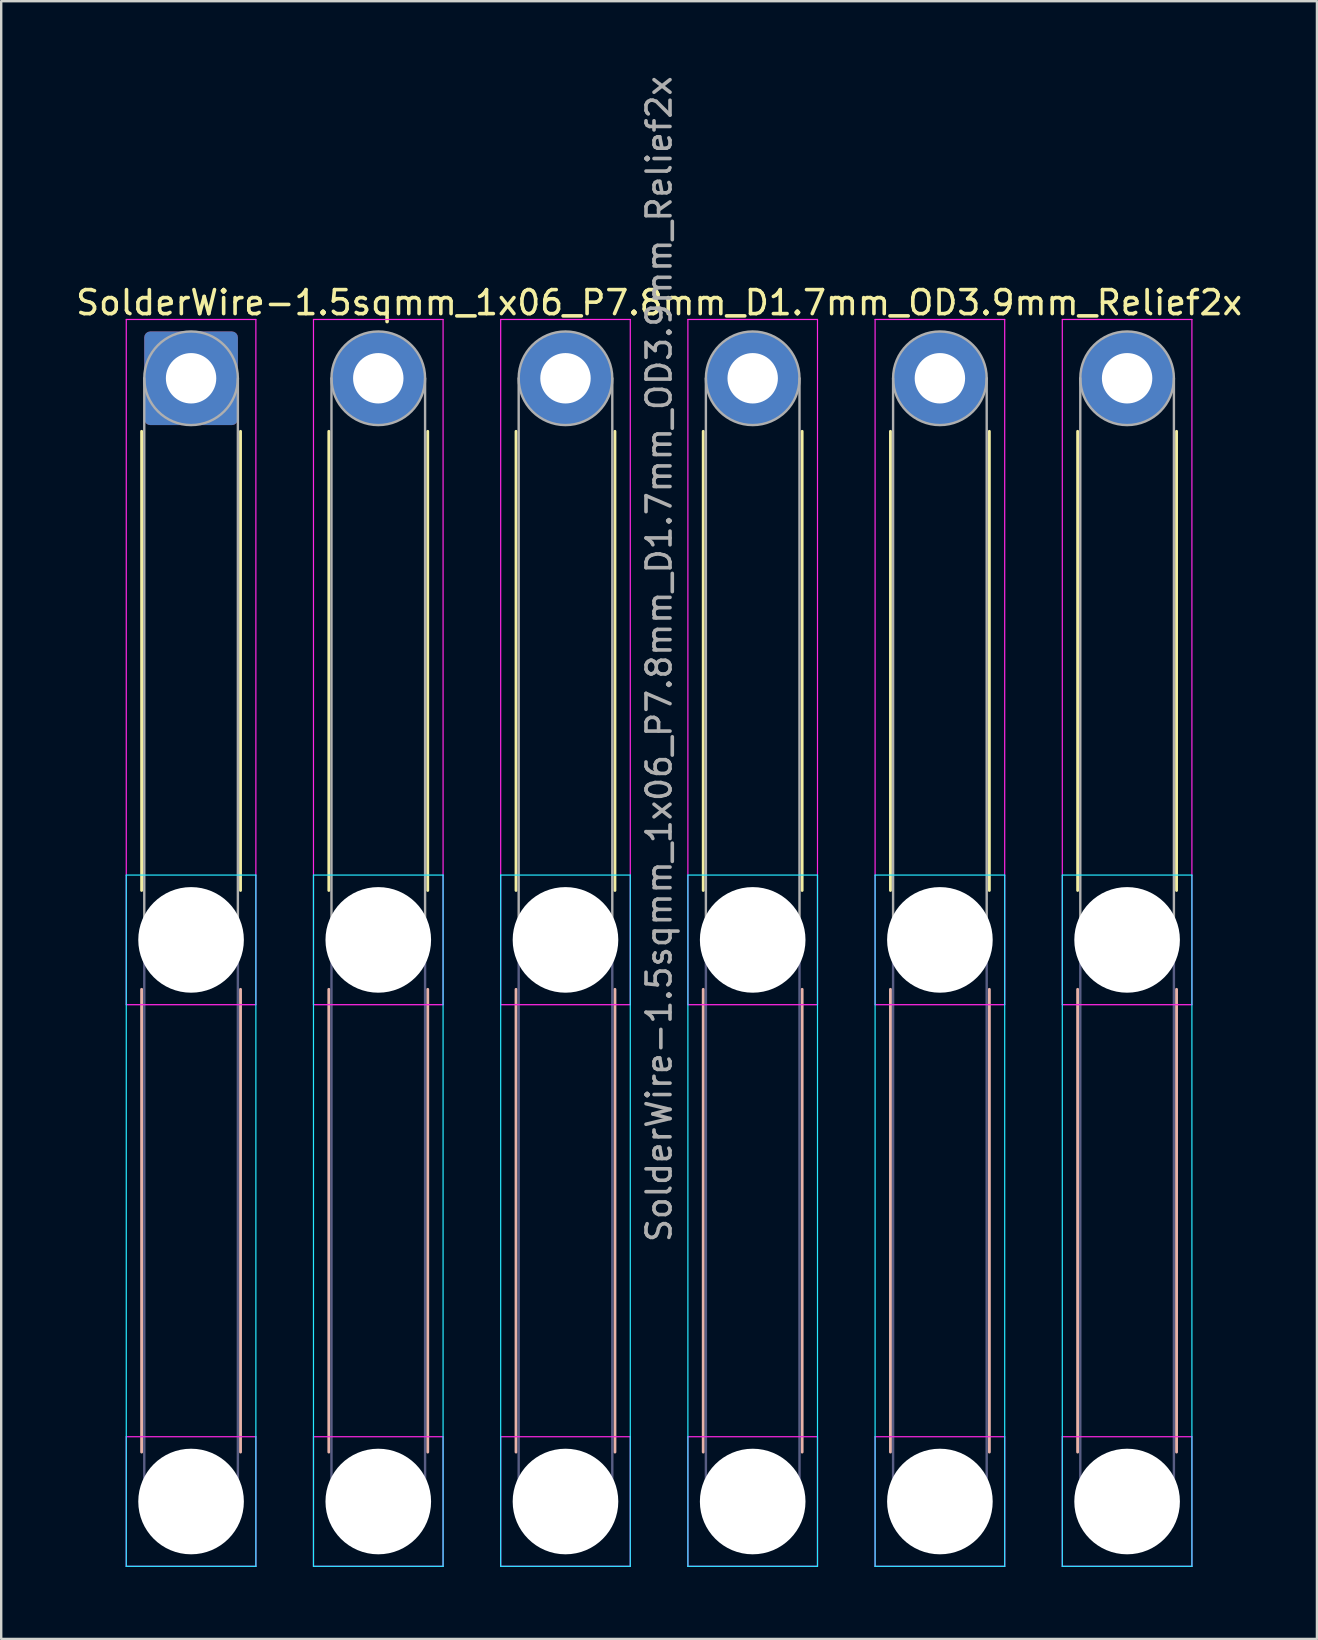
<source format=kicad_pcb>
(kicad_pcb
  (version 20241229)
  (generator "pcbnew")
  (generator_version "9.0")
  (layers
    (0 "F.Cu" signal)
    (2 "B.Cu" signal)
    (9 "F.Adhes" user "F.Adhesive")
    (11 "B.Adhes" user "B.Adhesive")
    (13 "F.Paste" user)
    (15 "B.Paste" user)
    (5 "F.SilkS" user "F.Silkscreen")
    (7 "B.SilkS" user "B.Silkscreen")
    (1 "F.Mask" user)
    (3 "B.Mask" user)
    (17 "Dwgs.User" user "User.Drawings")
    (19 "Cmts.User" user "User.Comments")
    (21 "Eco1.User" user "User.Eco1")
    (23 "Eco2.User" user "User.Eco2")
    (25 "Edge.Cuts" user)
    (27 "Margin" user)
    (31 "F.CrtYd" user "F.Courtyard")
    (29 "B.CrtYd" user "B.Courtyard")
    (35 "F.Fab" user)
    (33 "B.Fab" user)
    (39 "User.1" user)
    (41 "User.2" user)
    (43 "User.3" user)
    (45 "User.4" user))
  (footprint "SolderWire-1.5sqmm_1x06_P7.8mm_D1.7mm_OD3.9mm_Relief2x"
    (layer "F.Cu")
    (at 4.911 12.711)
    (property "Reference" "SolderWire-1.5sqmm_1x06_P7.8mm_D1.7mm_OD3.9mm_Relief2x" (at 19.5 -3.15 0) (layer "F.SilkS") (effects (font (size 1 1) (thickness 0.15))))
    (attr exclude_from_pos_files exclude_from_bom)
    (fp_line (start -2.06 2.21) (end -2.06 21.34) (stroke (width 0.12) (type solid)) (layer "F.SilkS"))
    (fp_line (start 2.06 2.21) (end 2.06 21.34) (stroke (width 0.12) (type solid)) (layer "F.SilkS"))
    (fp_line (start 5.74 2.21) (end 5.74 21.34) (stroke (width 0.12) (type solid)) (layer "F.SilkS"))
    (fp_line (start 9.86 2.21) (end 9.86 21.34) (stroke (width 0.12) (type solid)) (layer "F.SilkS"))
    (fp_line (start 13.54 2.21) (end 13.54 21.34) (stroke (width 0.12) (type solid)) (layer "F.SilkS"))
    (fp_line (start 17.66 2.21) (end 17.66 21.34) (stroke (width 0.12) (type solid)) (layer "F.SilkS"))
    (fp_line (start 21.34 2.21) (end 21.34 21.34) (stroke (width 0.12) (type solid)) (layer "F.SilkS"))
    (fp_line (start 25.46 2.21) (end 25.46 21.34) (stroke (width 0.12) (type solid)) (layer "F.SilkS"))
    (fp_line (start 29.14 2.21) (end 29.14 21.34) (stroke (width 0.12) (type solid)) (layer "F.SilkS"))
    (fp_line (start 33.26 2.21) (end 33.26 21.34) (stroke (width 0.12) (type solid)) (layer "F.SilkS"))
    (fp_line (start 36.94 2.21) (end 36.94 21.34) (stroke (width 0.12) (type solid)) (layer "F.SilkS"))
    (fp_line (start 41.06 2.21) (end 41.06 21.34) (stroke (width 0.12) (type solid)) (layer "F.SilkS"))
    (fp_line (start -2.06 25.46) (end -2.06 44.74) (stroke (width 0.12) (type solid)) (layer "B.SilkS"))
    (fp_line (start 2.06 25.46) (end 2.06 44.74) (stroke (width 0.12) (type solid)) (layer "B.SilkS"))
    (fp_line (start 5.74 25.46) (end 5.74 44.74) (stroke (width 0.12) (type solid)) (layer "B.SilkS"))
    (fp_line (start 9.86 25.46) (end 9.86 44.74) (stroke (width 0.12) (type solid)) (layer "B.SilkS"))
    (fp_line (start 13.54 25.46) (end 13.54 44.74) (stroke (width 0.12) (type solid)) (layer "B.SilkS"))
    (fp_line (start 17.66 25.46) (end 17.66 44.74) (stroke (width 0.12) (type solid)) (layer "B.SilkS"))
    (fp_line (start 21.34 25.46) (end 21.34 44.74) (stroke (width 0.12) (type solid)) (layer "B.SilkS"))
    (fp_line (start 25.46 25.46) (end 25.46 44.74) (stroke (width 0.12) (type solid)) (layer "B.SilkS"))
    (fp_line (start 29.14 25.46) (end 29.14 44.74) (stroke (width 0.12) (type solid)) (layer "B.SilkS"))
    (fp_line (start 33.26 25.46) (end 33.26 44.74) (stroke (width 0.12) (type solid)) (layer "B.SilkS"))
    (fp_line (start 36.94 25.46) (end 36.94 44.74) (stroke (width 0.12) (type solid)) (layer "B.SilkS"))
    (fp_line (start 41.06 25.46) (end 41.06 44.74) (stroke (width 0.12) (type solid)) (layer "B.SilkS"))
    (fp_line (start -2.7 20.7) (end -2.7 49.5) (stroke (width 0.05) (type solid)) (layer "B.CrtYd"))
    (fp_line (start -2.7 49.5) (end 2.7 49.5) (stroke (width 0.05) (type solid)) (layer "B.CrtYd"))
    (fp_line (start 2.7 20.7) (end -2.7 20.7) (stroke (width 0.05) (type solid)) (layer "B.CrtYd"))
    (fp_line (start 2.7 49.5) (end 2.7 20.7) (stroke (width 0.05) (type solid)) (layer "B.CrtYd"))
    (fp_line (start 5.1 20.7) (end 5.1 49.5) (stroke (width 0.05) (type solid)) (layer "B.CrtYd"))
    (fp_line (start 5.1 49.5) (end 10.5 49.5) (stroke (width 0.05) (type solid)) (layer "B.CrtYd"))
    (fp_line (start 10.5 20.7) (end 5.1 20.7) (stroke (width 0.05) (type solid)) (layer "B.CrtYd"))
    (fp_line (start 10.5 49.5) (end 10.5 20.7) (stroke (width 0.05) (type solid)) (layer "B.CrtYd"))
    (fp_line (start 12.9 20.7) (end 12.9 49.5) (stroke (width 0.05) (type solid)) (layer "B.CrtYd"))
    (fp_line (start 12.9 49.5) (end 18.3 49.5) (stroke (width 0.05) (type solid)) (layer "B.CrtYd"))
    (fp_line (start 18.3 20.7) (end 12.9 20.7) (stroke (width 0.05) (type solid)) (layer "B.CrtYd"))
    (fp_line (start 18.3 49.5) (end 18.3 20.7) (stroke (width 0.05) (type solid)) (layer "B.CrtYd"))
    (fp_line (start 20.7 20.7) (end 20.7 49.5) (stroke (width 0.05) (type solid)) (layer "B.CrtYd"))
    (fp_line (start 20.7 49.5) (end 26.1 49.5) (stroke (width 0.05) (type solid)) (layer "B.CrtYd"))
    (fp_line (start 26.1 20.7) (end 20.7 20.7) (stroke (width 0.05) (type solid)) (layer "B.CrtYd"))
    (fp_line (start 26.1 49.5) (end 26.1 20.7) (stroke (width 0.05) (type solid)) (layer "B.CrtYd"))
    (fp_line (start 28.5 20.7) (end 28.5 49.5) (stroke (width 0.05) (type solid)) (layer "B.CrtYd"))
    (fp_line (start 28.5 49.5) (end 33.9 49.5) (stroke (width 0.05) (type solid)) (layer "B.CrtYd"))
    (fp_line (start 33.9 20.7) (end 28.5 20.7) (stroke (width 0.05) (type solid)) (layer "B.CrtYd"))
    (fp_line (start 33.9 49.5) (end 33.9 20.7) (stroke (width 0.05) (type solid)) (layer "B.CrtYd"))
    (fp_line (start 36.3 20.7) (end 36.3 49.5) (stroke (width 0.05) (type solid)) (layer "B.CrtYd"))
    (fp_line (start 36.3 49.5) (end 41.7 49.5) (stroke (width 0.05) (type solid)) (layer "B.CrtYd"))
    (fp_line (start 41.7 20.7) (end 36.3 20.7) (stroke (width 0.05) (type solid)) (layer "B.CrtYd"))
    (fp_line (start 41.7 49.5) (end 41.7 20.7) (stroke (width 0.05) (type solid)) (layer "B.CrtYd"))
    (fp_line (start -2.7 -2.45) (end -2.7 26.1) (stroke (width 0.05) (type solid)) (layer "F.CrtYd"))
    (fp_line (start -2.7 26.1) (end 2.7 26.1) (stroke (width 0.05) (type solid)) (layer "F.CrtYd"))
    (fp_line (start -2.7 44.1) (end -2.7 49.5) (stroke (width 0.05) (type solid)) (layer "F.CrtYd"))
    (fp_line (start -2.7 49.5) (end 2.7 49.5) (stroke (width 0.05) (type solid)) (layer "F.CrtYd"))
    (fp_line (start 2.7 -2.45) (end -2.7 -2.45) (stroke (width 0.05) (type solid)) (layer "F.CrtYd"))
    (fp_line (start 2.7 26.1) (end 2.7 -2.45) (stroke (width 0.05) (type solid)) (layer "F.CrtYd"))
    (fp_line (start 2.7 44.1) (end -2.7 44.1) (stroke (width 0.05) (type solid)) (layer "F.CrtYd"))
    (fp_line (start 2.7 49.5) (end 2.7 44.1) (stroke (width 0.05) (type solid)) (layer "F.CrtYd"))
    (fp_line (start 5.1 -2.45) (end 5.1 26.1) (stroke (width 0.05) (type solid)) (layer "F.CrtYd"))
    (fp_line (start 5.1 26.1) (end 10.5 26.1) (stroke (width 0.05) (type solid)) (layer "F.CrtYd"))
    (fp_line (start 5.1 44.1) (end 5.1 49.5) (stroke (width 0.05) (type solid)) (layer "F.CrtYd"))
    (fp_line (start 5.1 49.5) (end 10.5 49.5) (stroke (width 0.05) (type solid)) (layer "F.CrtYd"))
    (fp_line (start 10.5 -2.45) (end 5.1 -2.45) (stroke (width 0.05) (type solid)) (layer "F.CrtYd"))
    (fp_line (start 10.5 26.1) (end 10.5 -2.45) (stroke (width 0.05) (type solid)) (layer "F.CrtYd"))
    (fp_line (start 10.5 44.1) (end 5.1 44.1) (stroke (width 0.05) (type solid)) (layer "F.CrtYd"))
    (fp_line (start 10.5 49.5) (end 10.5 44.1) (stroke (width 0.05) (type solid)) (layer "F.CrtYd"))
    (fp_line (start 12.9 -2.45) (end 12.9 26.1) (stroke (width 0.05) (type solid)) (layer "F.CrtYd"))
    (fp_line (start 12.9 26.1) (end 18.3 26.1) (stroke (width 0.05) (type solid)) (layer "F.CrtYd"))
    (fp_line (start 12.9 44.1) (end 12.9 49.5) (stroke (width 0.05) (type solid)) (layer "F.CrtYd"))
    (fp_line (start 12.9 49.5) (end 18.3 49.5) (stroke (width 0.05) (type solid)) (layer "F.CrtYd"))
    (fp_line (start 18.3 -2.45) (end 12.9 -2.45) (stroke (width 0.05) (type solid)) (layer "F.CrtYd"))
    (fp_line (start 18.3 26.1) (end 18.3 -2.45) (stroke (width 0.05) (type solid)) (layer "F.CrtYd"))
    (fp_line (start 18.3 44.1) (end 12.9 44.1) (stroke (width 0.05) (type solid)) (layer "F.CrtYd"))
    (fp_line (start 18.3 49.5) (end 18.3 44.1) (stroke (width 0.05) (type solid)) (layer "F.CrtYd"))
    (fp_line (start 20.7 -2.45) (end 20.7 26.1) (stroke (width 0.05) (type solid)) (layer "F.CrtYd"))
    (fp_line (start 20.7 26.1) (end 26.1 26.1) (stroke (width 0.05) (type solid)) (layer "F.CrtYd"))
    (fp_line (start 20.7 44.1) (end 20.7 49.5) (stroke (width 0.05) (type solid)) (layer "F.CrtYd"))
    (fp_line (start 20.7 49.5) (end 26.1 49.5) (stroke (width 0.05) (type solid)) (layer "F.CrtYd"))
    (fp_line (start 26.1 -2.45) (end 20.7 -2.45) (stroke (width 0.05) (type solid)) (layer "F.CrtYd"))
    (fp_line (start 26.1 26.1) (end 26.1 -2.45) (stroke (width 0.05) (type solid)) (layer "F.CrtYd"))
    (fp_line (start 26.1 44.1) (end 20.7 44.1) (stroke (width 0.05) (type solid)) (layer "F.CrtYd"))
    (fp_line (start 26.1 49.5) (end 26.1 44.1) (stroke (width 0.05) (type solid)) (layer "F.CrtYd"))
    (fp_line (start 28.5 -2.45) (end 28.5 26.1) (stroke (width 0.05) (type solid)) (layer "F.CrtYd"))
    (fp_line (start 28.5 26.1) (end 33.9 26.1) (stroke (width 0.05) (type solid)) (layer "F.CrtYd"))
    (fp_line (start 28.5 44.1) (end 28.5 49.5) (stroke (width 0.05) (type solid)) (layer "F.CrtYd"))
    (fp_line (start 28.5 49.5) (end 33.9 49.5) (stroke (width 0.05) (type solid)) (layer "F.CrtYd"))
    (fp_line (start 33.9 -2.45) (end 28.5 -2.45) (stroke (width 0.05) (type solid)) (layer "F.CrtYd"))
    (fp_line (start 33.9 26.1) (end 33.9 -2.45) (stroke (width 0.05) (type solid)) (layer "F.CrtYd"))
    (fp_line (start 33.9 44.1) (end 28.5 44.1) (stroke (width 0.05) (type solid)) (layer "F.CrtYd"))
    (fp_line (start 33.9 49.5) (end 33.9 44.1) (stroke (width 0.05) (type solid)) (layer "F.CrtYd"))
    (fp_line (start 36.3 -2.45) (end 36.3 26.1) (stroke (width 0.05) (type solid)) (layer "F.CrtYd"))
    (fp_line (start 36.3 26.1) (end 41.7 26.1) (stroke (width 0.05) (type solid)) (layer "F.CrtYd"))
    (fp_line (start 36.3 44.1) (end 36.3 49.5) (stroke (width 0.05) (type solid)) (layer "F.CrtYd"))
    (fp_line (start 36.3 49.5) (end 41.7 49.5) (stroke (width 0.05) (type solid)) (layer "F.CrtYd"))
    (fp_line (start 41.7 -2.45) (end 36.3 -2.45) (stroke (width 0.05) (type solid)) (layer "F.CrtYd"))
    (fp_line (start 41.7 26.1) (end 41.7 -2.45) (stroke (width 0.05) (type solid)) (layer "F.CrtYd"))
    (fp_line (start 41.7 44.1) (end 36.3 44.1) (stroke (width 0.05) (type solid)) (layer "F.CrtYd"))
    (fp_line (start 41.7 49.5) (end 41.7 44.1) (stroke (width 0.05) (type solid)) (layer "F.CrtYd"))
    (fp_line (start -1.95 23.4) (end -1.95 46.8) (stroke (width 0.1) (type solid)) (layer "B.Fab"))
    (fp_line (start 1.95 23.4) (end 1.95 46.8) (stroke (width 0.1) (type solid)) (layer "B.Fab"))
    (fp_line (start 5.85 23.4) (end 5.85 46.8) (stroke (width 0.1) (type solid)) (layer "B.Fab"))
    (fp_line (start 9.75 23.4) (end 9.75 46.8) (stroke (width 0.1) (type solid)) (layer "B.Fab"))
    (fp_line (start 13.65 23.4) (end 13.65 46.8) (stroke (width 0.1) (type solid)) (layer "B.Fab"))
    (fp_line (start 17.55 23.4) (end 17.55 46.8) (stroke (width 0.1) (type solid)) (layer "B.Fab"))
    (fp_line (start 21.45 23.4) (end 21.45 46.8) (stroke (width 0.1) (type solid)) (layer "B.Fab"))
    (fp_line (start 25.35 23.4) (end 25.35 46.8) (stroke (width 0.1) (type solid)) (layer "B.Fab"))
    (fp_line (start 29.25 23.4) (end 29.25 46.8) (stroke (width 0.1) (type solid)) (layer "B.Fab"))
    (fp_line (start 33.15 23.4) (end 33.15 46.8) (stroke (width 0.1) (type solid)) (layer "B.Fab"))
    (fp_line (start 37.05 23.4) (end 37.05 46.8) (stroke (width 0.1) (type solid)) (layer "B.Fab"))
    (fp_line (start 40.95 23.4) (end 40.95 46.8) (stroke (width 0.1) (type solid)) (layer "B.Fab"))
    (fp_circle (center 0 23.4) (end 1.95 23.4) (stroke (width 0.1) (type solid)) (fill no) (layer "B.Fab"))
    (fp_circle (center 0 46.8) (end 1.95 46.8) (stroke (width 0.1) (type solid)) (fill no) (layer "B.Fab"))
    (fp_circle (center 7.8 23.4) (end 9.75 23.4) (stroke (width 0.1) (type solid)) (fill no) (layer "B.Fab"))
    (fp_circle (center 7.8 46.8) (end 9.75 46.8) (stroke (width 0.1) (type solid)) (fill no) (layer "B.Fab"))
    (fp_circle (center 15.6 23.4) (end 17.55 23.4) (stroke (width 0.1) (type solid)) (fill no) (layer "B.Fab"))
    (fp_circle (center 15.6 46.8) (end 17.55 46.8) (stroke (width 0.1) (type solid)) (fill no) (layer "B.Fab"))
    (fp_circle (center 23.4 23.4) (end 25.35 23.4) (stroke (width 0.1) (type solid)) (fill no) (layer "B.Fab"))
    (fp_circle (center 23.4 46.8) (end 25.35 46.8) (stroke (width 0.1) (type solid)) (fill no) (layer "B.Fab"))
    (fp_circle (center 31.2 23.4) (end 33.15 23.4) (stroke (width 0.1) (type solid)) (fill no) (layer "B.Fab"))
    (fp_circle (center 31.2 46.8) (end 33.15 46.8) (stroke (width 0.1) (type solid)) (fill no) (layer "B.Fab"))
    (fp_circle (center 39 23.4) (end 40.95 23.4) (stroke (width 0.1) (type solid)) (fill no) (layer "B.Fab"))
    (fp_circle (center 39 46.8) (end 40.95 46.8) (stroke (width 0.1) (type solid)) (fill no) (layer "B.Fab"))
    (fp_line (start -1.95 0) (end -1.95 23.4) (stroke (width 0.1) (type solid)) (layer "F.Fab"))
    (fp_line (start 1.95 0) (end 1.95 23.4) (stroke (width 0.1) (type solid)) (layer "F.Fab"))
    (fp_line (start 5.85 0) (end 5.85 23.4) (stroke (width 0.1) (type solid)) (layer "F.Fab"))
    (fp_line (start 9.75 0) (end 9.75 23.4) (stroke (width 0.1) (type solid)) (layer "F.Fab"))
    (fp_line (start 13.65 0) (end 13.65 23.4) (stroke (width 0.1) (type solid)) (layer "F.Fab"))
    (fp_line (start 17.55 0) (end 17.55 23.4) (stroke (width 0.1) (type solid)) (layer "F.Fab"))
    (fp_line (start 21.45 0) (end 21.45 23.4) (stroke (width 0.1) (type solid)) (layer "F.Fab"))
    (fp_line (start 25.35 0) (end 25.35 23.4) (stroke (width 0.1) (type solid)) (layer "F.Fab"))
    (fp_line (start 29.25 0) (end 29.25 23.4) (stroke (width 0.1) (type solid)) (layer "F.Fab"))
    (fp_line (start 33.15 0) (end 33.15 23.4) (stroke (width 0.1) (type solid)) (layer "F.Fab"))
    (fp_line (start 37.05 0) (end 37.05 23.4) (stroke (width 0.1) (type solid)) (layer "F.Fab"))
    (fp_line (start 40.95 0) (end 40.95 23.4) (stroke (width 0.1) (type solid)) (layer "F.Fab"))
    (fp_circle (center 0 0) (end 1.95 0) (stroke (width 0.1) (type solid)) (fill no) (layer "F.Fab"))
    (fp_circle (center 0 23.4) (end 1.95 23.4) (stroke (width 0.1) (type solid)) (fill no) (layer "F.Fab"))
    (fp_circle (center 0 46.8) (end 1.95 46.8) (stroke (width 0.1) (type solid)) (fill no) (layer "F.Fab"))
    (fp_circle (center 7.8 0) (end 9.75 0) (stroke (width 0.1) (type solid)) (fill no) (layer "F.Fab"))
    (fp_circle (center 7.8 23.4) (end 9.75 23.4) (stroke (width 0.1) (type solid)) (fill no) (layer "F.Fab"))
    (fp_circle (center 7.8 46.8) (end 9.75 46.8) (stroke (width 0.1) (type solid)) (fill no) (layer "F.Fab"))
    (fp_circle (center 15.6 0) (end 17.55 0) (stroke (width 0.1) (type solid)) (fill no) (layer "F.Fab"))
    (fp_circle (center 15.6 23.4) (end 17.55 23.4) (stroke (width 0.1) (type solid)) (fill no) (layer "F.Fab"))
    (fp_circle (center 15.6 46.8) (end 17.55 46.8) (stroke (width 0.1) (type solid)) (fill no) (layer "F.Fab"))
    (fp_circle (center 23.4 0) (end 25.35 0) (stroke (width 0.1) (type solid)) (fill no) (layer "F.Fab"))
    (fp_circle (center 23.4 23.4) (end 25.35 23.4) (stroke (width 0.1) (type solid)) (fill no) (layer "F.Fab"))
    (fp_circle (center 23.4 46.8) (end 25.35 46.8) (stroke (width 0.1) (type solid)) (fill no) (layer "F.Fab"))
    (fp_circle (center 31.2 0) (end 33.15 0) (stroke (width 0.1) (type solid)) (fill no) (layer "F.Fab"))
    (fp_circle (center 31.2 23.4) (end 33.15 23.4) (stroke (width 0.1) (type solid)) (fill no) (layer "F.Fab"))
    (fp_circle (center 31.2 46.8) (end 33.15 46.8) (stroke (width 0.1) (type solid)) (fill no) (layer "F.Fab"))
    (fp_circle (center 39 0) (end 40.95 0) (stroke (width 0.1) (type solid)) (fill no) (layer "F.Fab"))
    (fp_circle (center 39 23.4) (end 40.95 23.4) (stroke (width 0.1) (type solid)) (fill no) (layer "F.Fab"))
    (fp_circle (center 39 46.8) (end 40.95 46.8) (stroke (width 0.1) (type solid)) (fill no) (layer "F.Fab"))
    (fp_text user "${REFERENCE}" (at 19.5 11.7 90) (layer "F.Fab") (effects (font (size 1 1) (thickness 0.15))))
    (pad "" np_thru_hole circle (at 0 23.4) (size 4.4 4.4) (drill 4.4) (layers "*.Cu" "*.Mask"))
    (pad "" np_thru_hole circle (at 0 46.8) (size 4.4 4.4) (drill 4.4) (layers "*.Cu" "*.Mask"))
    (pad "" np_thru_hole circle (at 7.8 23.4) (size 4.4 4.4) (drill 4.4) (layers "*.Cu" "*.Mask"))
    (pad "" np_thru_hole circle (at 7.8 46.8) (size 4.4 4.4) (drill 4.4) (layers "*.Cu" "*.Mask"))
    (pad "" np_thru_hole circle (at 15.6 23.4) (size 4.4 4.4) (drill 4.4) (layers "*.Cu" "*.Mask"))
    (pad "" np_thru_hole circle (at 15.6 46.8) (size 4.4 4.4) (drill 4.4) (layers "*.Cu" "*.Mask"))
    (pad "" np_thru_hole circle (at 23.4 23.4) (size 4.4 4.4) (drill 4.4) (layers "*.Cu" "*.Mask"))
    (pad "" np_thru_hole circle (at 23.4 46.8) (size 4.4 4.4) (drill 4.4) (layers "*.Cu" "*.Mask"))
    (pad "" np_thru_hole circle (at 31.2 23.4) (size 4.4 4.4) (drill 4.4) (layers "*.Cu" "*.Mask"))
    (pad "" np_thru_hole circle (at 31.2 46.8) (size 4.4 4.4) (drill 4.4) (layers "*.Cu" "*.Mask"))
    (pad "" np_thru_hole circle (at 39 23.4) (size 4.4 4.4) (drill 4.4) (layers "*.Cu" "*.Mask"))
    (pad "" np_thru_hole circle (at 39 46.8) (size 4.4 4.4) (drill 4.4) (layers "*.Cu" "*.Mask"))
    (pad "1" thru_hole roundrect (at 0 0) (size 3.9 3.9) (drill 2.1) (layers "*.Cu" "*.Mask") (roundrect_rratio 0.064))
    (pad "2" thru_hole circle (at 7.8 0) (size 3.9 3.9) (drill 2.1) (layers "*.Cu" "*.Mask"))
    (pad "3" thru_hole circle (at 15.6 0) (size 3.9 3.9) (drill 2.1) (layers "*.Cu" "*.Mask"))
    (pad "4" thru_hole circle (at 23.4 0) (size 3.9 3.9) (drill 2.1) (layers "*.Cu" "*.Mask"))
    (pad "5" thru_hole circle (at 31.2 0) (size 3.9 3.9) (drill 2.1) (layers "*.Cu" "*.Mask"))
    (pad "6" thru_hole circle (at 39 0) (size 3.9 3.9) (drill 2.1) (layers "*.Cu" "*.Mask")))
  (gr_rect
    (start -3 -3)
    (end 51.821 65.236)
    (stroke (width 0.1) (type default))
    (fill no)
    (layer "Edge.Cuts")))
</source>
